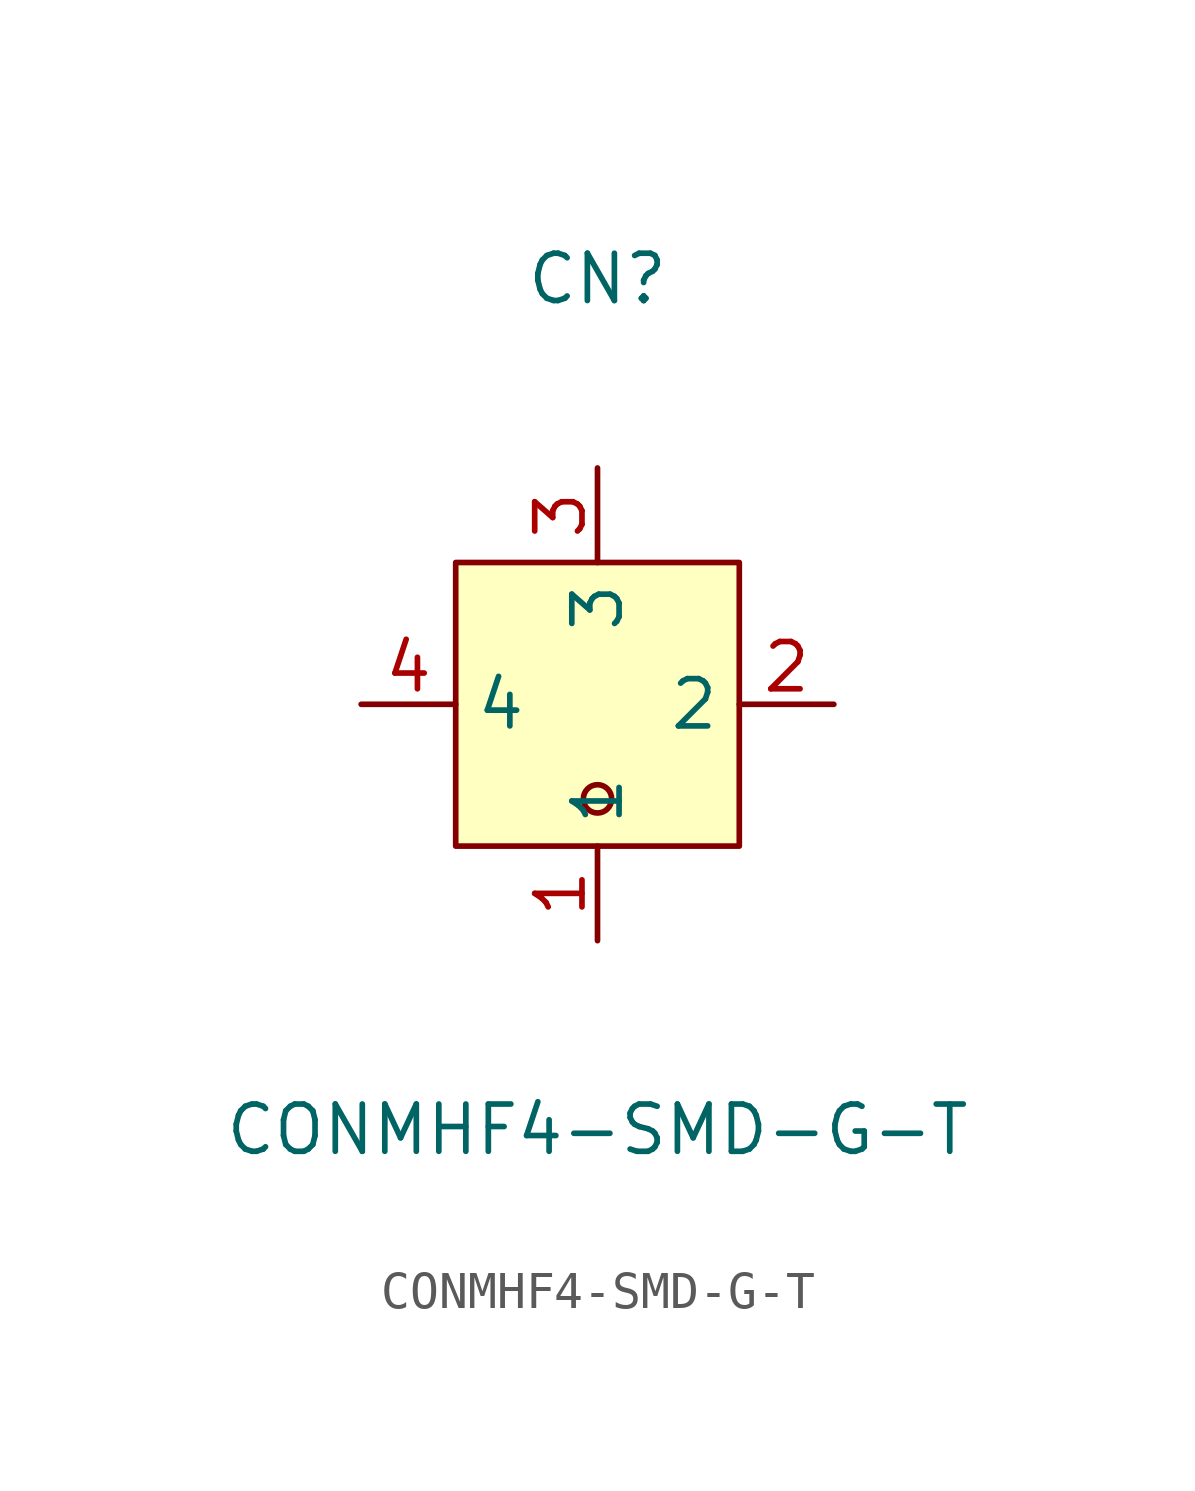
<source format=kicad_sym>
(kicad_symbol_lib
  (version 20211014)
  (generator https://github.com/uPesy/easyeda2kicad.py)
  (symbol "CONMHF4-SMD-G-T"
    (property "Reference" "CN"
      (at 0 11.43 0)
      (effects (font (size 1.27 1.27))))
    (property "Value" "CONMHF4-SMD-G-T"
      (at 0 -11.43 0)
      (effects (font (size 1.27 1.27))))
    (symbol "CONMHF4-SMD-G-T_0_1"
      (rectangle (start -3.81 3.81) (end 3.81 -3.81) (stroke (width 0) (type default) (color 0 0 0 0)) (fill (type background)))
      (circle (center 0.00 -2.54) (radius 0.38) (stroke (width 0) (type default) (color 0 0 0 0)) (fill (type none)))
      (pin unspecified line (at 0.00 -6.35 90) (length 2.54) (name "1" (effects (font (size 1.27 1.27)))) (number "1" (effects (font (size 1.27 1.27)))))
      (pin unspecified line (at 6.35 -0.00 180) (length 2.54) (name "2" (effects (font (size 1.27 1.27)))) (number "2" (effects (font (size 1.27 1.27)))))
      (pin unspecified line (at 0.00 6.35 270) (length 2.54) (name "3" (effects (font (size 1.27 1.27)))) (number "3" (effects (font (size 1.27 1.27)))))
      (pin unspecified line (at -6.35 -0.00 0) (length 2.54) (name "4" (effects (font (size 1.27 1.27)))) (number "4" (effects (font (size 1.27 1.27))))))))
</source>
